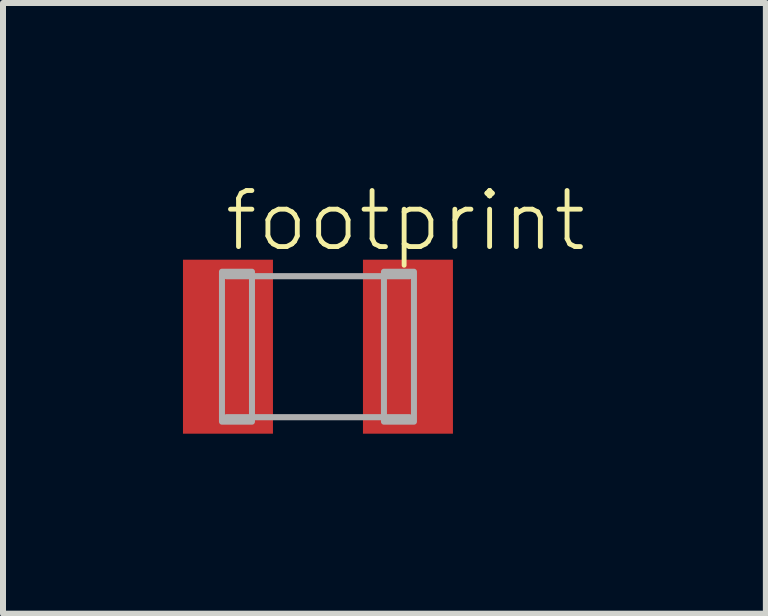
<source format=kicad_pcb>
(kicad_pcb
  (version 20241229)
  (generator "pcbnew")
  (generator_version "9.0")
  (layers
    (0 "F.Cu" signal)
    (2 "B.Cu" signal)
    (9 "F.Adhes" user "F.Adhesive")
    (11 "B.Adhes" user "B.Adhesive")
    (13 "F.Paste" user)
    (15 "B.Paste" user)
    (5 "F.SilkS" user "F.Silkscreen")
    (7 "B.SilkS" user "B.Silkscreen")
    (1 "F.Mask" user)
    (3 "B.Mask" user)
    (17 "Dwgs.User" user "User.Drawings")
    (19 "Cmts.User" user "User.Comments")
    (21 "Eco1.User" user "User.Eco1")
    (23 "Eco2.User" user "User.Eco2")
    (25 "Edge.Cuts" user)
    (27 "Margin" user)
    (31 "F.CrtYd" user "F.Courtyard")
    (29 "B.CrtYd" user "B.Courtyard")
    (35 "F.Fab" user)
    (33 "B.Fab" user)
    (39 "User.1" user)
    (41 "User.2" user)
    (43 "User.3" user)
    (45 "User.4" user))
  (footprint "footprint"
    (layer "F.Cu")
    (at 2.25 2.729)
    (property "Reference" "footprint" (at -1.6 -1.55 0) (layer "F.SilkS") (effects (font (size 0.935 0.935) (thickness 0.081)) (justify left bottom)))
    (fp_line (start -1.525 -1.175) (end 1.525 -1.175) (stroke (width 0.102) (type solid)) (layer "F.Fab"))
    (fp_line (start 1.525 1.175) (end -1.525 1.175) (stroke (width 0.102) (type solid)) (layer "F.Fab"))
    (fp_poly (pts (xy -1.6 1.25) (xy -1.1 1.25) (xy -1.1 -1.25) (xy -1.6 -1.25)) (stroke (width 0.1) (type solid)) (fill no) (layer "F.Fab"))
    (fp_poly (pts (xy 1.1 1.25) (xy 1.6 1.25) (xy 1.6 -1.25) (xy 1.1 -1.25)) (stroke (width 0.1) (type solid)) (fill no) (layer "F.Fab"))
    (pad "1" smd rect (at -1.5 0) (size 1.5 2.9) (layers "F.Cu" "F.Mask" "F.Paste"))
    (pad "2" smd rect (at 1.5 0) (size 1.5 2.9) (layers "F.Cu" "F.Mask" "F.Paste")))
  (gr_rect
    (start -3 -3)
    (end 9.716 7.179)
    (stroke (width 0.1) (type default))
    (fill no)
    (layer "Edge.Cuts")))
</source>
